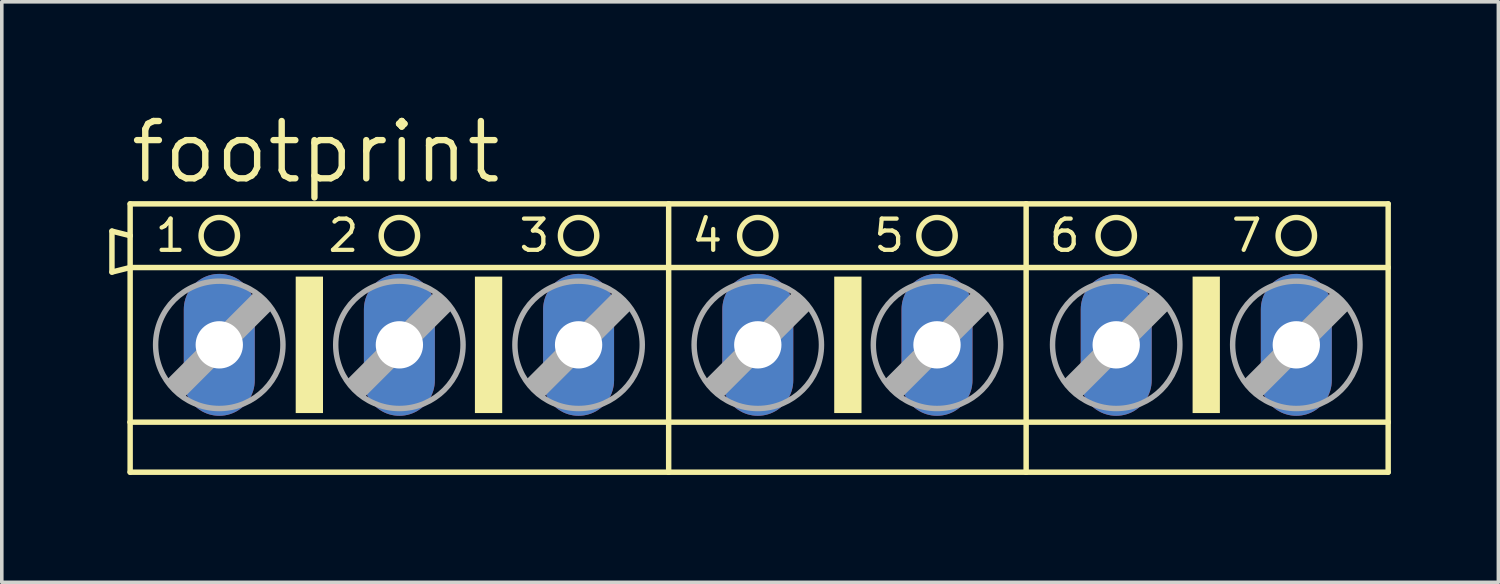
<source format=kicad_pcb>
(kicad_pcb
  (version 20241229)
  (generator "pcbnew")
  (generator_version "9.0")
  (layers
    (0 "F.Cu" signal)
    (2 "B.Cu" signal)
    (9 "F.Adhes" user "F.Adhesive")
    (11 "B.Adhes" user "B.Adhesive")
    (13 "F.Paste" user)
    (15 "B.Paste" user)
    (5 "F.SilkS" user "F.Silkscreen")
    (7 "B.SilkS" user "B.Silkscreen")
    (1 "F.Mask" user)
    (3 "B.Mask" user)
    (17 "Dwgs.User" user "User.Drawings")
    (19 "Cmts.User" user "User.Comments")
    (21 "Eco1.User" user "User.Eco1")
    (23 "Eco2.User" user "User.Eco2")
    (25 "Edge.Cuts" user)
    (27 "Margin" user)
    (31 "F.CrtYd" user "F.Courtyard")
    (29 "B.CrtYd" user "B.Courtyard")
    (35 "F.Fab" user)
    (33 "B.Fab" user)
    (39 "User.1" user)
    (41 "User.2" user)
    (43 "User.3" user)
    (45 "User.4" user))
  (footprint "footprint"
    (layer "F.Cu")
    (at 18.11 6.579)
    (property "Reference" "footprint" (at -17.602 -4.445 0) (layer "F.SilkS") (effects (font (size 1.6 1.6) (thickness 0.178)) (justify left bottom)))
    (fp_line (start -18.034 -3.175) (end -18.034 -2.032) (stroke (width 0.152) (type solid)) (layer "F.SilkS"))
    (fp_line (start -18.034 -2.032) (end -17.526 -2.159) (stroke (width 0.152) (type solid)) (layer "F.SilkS"))
    (fp_line (start -17.526 -3.048) (end -18.034 -3.175) (stroke (width 0.152) (type solid)) (layer "F.SilkS"))
    (fp_line (start -17.526 -3.048) (end -17.526 -3.937) (stroke (width 0.152) (type solid)) (layer "F.SilkS"))
    (fp_line (start -17.526 -2.159) (end -17.526 -3.048) (stroke (width 0.152) (type solid)) (layer "F.SilkS"))
    (fp_line (start -17.526 -2.159) (end -2.489 -2.159) (stroke (width 0.152) (type solid)) (layer "F.SilkS"))
    (fp_line (start -17.526 2.159) (end -17.526 -2.159) (stroke (width 0.152) (type solid)) (layer "F.SilkS"))
    (fp_line (start -17.526 2.159) (end -2.489 2.159) (stroke (width 0.152) (type solid)) (layer "F.SilkS"))
    (fp_line (start -17.526 3.556) (end -17.526 2.159) (stroke (width 0.152) (type solid)) (layer "F.SilkS"))
    (fp_line (start -17.526 3.556) (end -2.489 3.556) (stroke (width 0.152) (type solid)) (layer "F.SilkS"))
    (fp_line (start -2.489 -3.937) (end -17.526 -3.937) (stroke (width 0.152) (type solid)) (layer "F.SilkS"))
    (fp_line (start -2.489 -2.159) (end -2.489 -3.937) (stroke (width 0.152) (type solid)) (layer "F.SilkS"))
    (fp_line (start -2.489 -2.159) (end 7.493 -2.159) (stroke (width 0.152) (type solid)) (layer "F.SilkS"))
    (fp_line (start -2.489 2.159) (end -2.489 -2.159) (stroke (width 0.152) (type solid)) (layer "F.SilkS"))
    (fp_line (start -2.489 2.159) (end 7.493 2.159) (stroke (width 0.152) (type solid)) (layer "F.SilkS"))
    (fp_line (start -2.489 3.556) (end -2.489 2.159) (stroke (width 0.152) (type solid)) (layer "F.SilkS"))
    (fp_line (start -2.489 3.556) (end 7.493 3.556) (stroke (width 0.152) (type solid)) (layer "F.SilkS"))
    (fp_line (start 7.493 -3.937) (end -2.489 -3.937) (stroke (width 0.152) (type solid)) (layer "F.SilkS"))
    (fp_line (start 7.493 -2.159) (end 7.493 -3.937) (stroke (width 0.152) (type solid)) (layer "F.SilkS"))
    (fp_line (start 7.493 -2.159) (end 17.602 -2.159) (stroke (width 0.152) (type solid)) (layer "F.SilkS"))
    (fp_line (start 7.493 2.159) (end 7.493 -2.159) (stroke (width 0.152) (type solid)) (layer "F.SilkS"))
    (fp_line (start 7.493 2.159) (end 17.602 2.159) (stroke (width 0.152) (type solid)) (layer "F.SilkS"))
    (fp_line (start 7.493 3.556) (end 7.493 2.159) (stroke (width 0.152) (type solid)) (layer "F.SilkS"))
    (fp_line (start 7.493 3.556) (end 17.602 3.556) (stroke (width 0.152) (type solid)) (layer "F.SilkS"))
    (fp_line (start 17.602 -3.937) (end 7.493 -3.937) (stroke (width 0.152) (type solid)) (layer "F.SilkS"))
    (fp_line (start 17.602 -3.937) (end 17.602 -2.159) (stroke (width 0.152) (type solid)) (layer "F.SilkS"))
    (fp_line (start 17.602 -2.159) (end 17.602 2.159) (stroke (width 0.152) (type solid)) (layer "F.SilkS"))
    (fp_line (start 17.602 2.159) (end 17.602 3.556) (stroke (width 0.152) (type solid)) (layer "F.SilkS"))
    (fp_circle (center -15.037 -3.048) (end -14.529 -3.048) (stroke (width 0.152) (type solid)) (fill no) (layer "F.SilkS"))
    (fp_circle (center -10.008 -3.048) (end -9.5 -3.048) (stroke (width 0.152) (type solid)) (fill no) (layer "F.SilkS"))
    (fp_circle (center -5.004 -3.048) (end -4.496 -3.048) (stroke (width 0.152) (type solid)) (fill no) (layer "F.SilkS"))
    (fp_circle (center 0 -3.048) (end 0.508 -3.048) (stroke (width 0.152) (type solid)) (fill no) (layer "F.SilkS"))
    (fp_circle (center 5.004 -3.048) (end 5.512 -3.048) (stroke (width 0.152) (type solid)) (fill no) (layer "F.SilkS"))
    (fp_circle (center 10.008 -3.048) (end 10.516 -3.048) (stroke (width 0.152) (type solid)) (fill no) (layer "F.SilkS"))
    (fp_circle (center 15.037 -3.048) (end 15.545 -3.048) (stroke (width 0.152) (type solid)) (fill no) (layer "F.SilkS"))
    (fp_poly (pts (xy -12.903 1.905) (xy -12.141 1.905) (xy -12.141 -1.905) (xy -12.903 -1.905)) (stroke (width 0) (type solid)) (fill yes) (layer "F.SilkS"))
    (fp_poly (pts (xy -7.899 1.905) (xy -7.137 1.905) (xy -7.137 -1.905) (xy -7.899 -1.905)) (stroke (width 0) (type solid)) (fill yes) (layer "F.SilkS"))
    (fp_poly (pts (xy 2.134 1.905) (xy 2.896 1.905) (xy 2.896 -1.905) (xy 2.134 -1.905)) (stroke (width 0) (type solid)) (fill yes) (layer "F.SilkS"))
    (fp_poly (pts (xy 12.141 1.905) (xy 12.903 1.905) (xy 12.903 -1.905) (xy 12.141 -1.905)) (stroke (width 0) (type solid)) (fill yes) (layer "F.SilkS"))
    (fp_line (start -16.434 1.016) (end -16.053 1.397) (stroke (width 0.152) (type solid)) (layer "F.Fab"))
    (fp_line (start -16.434 1.016) (end -14.021 -1.397) (stroke (width 0.152) (type solid)) (layer "F.Fab"))
    (fp_line (start -16.053 1.016) (end -14.021 -1.016) (stroke (width 0.61) (type solid)) (layer "F.Fab"))
    (fp_line (start -16.053 1.397) (end -13.64 -1.016) (stroke (width 0.152) (type solid)) (layer "F.Fab"))
    (fp_line (start -14.021 -1.397) (end -13.64 -1.016) (stroke (width 0.152) (type solid)) (layer "F.Fab"))
    (fp_line (start -11.405 1.016) (end -11.024 1.397) (stroke (width 0.152) (type solid)) (layer "F.Fab"))
    (fp_line (start -11.405 1.016) (end -8.992 -1.397) (stroke (width 0.152) (type solid)) (layer "F.Fab"))
    (fp_line (start -11.024 1.016) (end -8.992 -1.016) (stroke (width 0.61) (type solid)) (layer "F.Fab"))
    (fp_line (start -11.024 1.397) (end -8.611 -1.016) (stroke (width 0.152) (type solid)) (layer "F.Fab"))
    (fp_line (start -8.992 -1.397) (end -8.611 -1.016) (stroke (width 0.152) (type solid)) (layer "F.Fab"))
    (fp_line (start -6.401 1.016) (end -6.02 1.397) (stroke (width 0.152) (type solid)) (layer "F.Fab"))
    (fp_line (start -6.401 1.016) (end -3.988 -1.397) (stroke (width 0.152) (type solid)) (layer "F.Fab"))
    (fp_line (start -6.02 1.016) (end -3.988 -1.016) (stroke (width 0.61) (type solid)) (layer "F.Fab"))
    (fp_line (start -6.02 1.397) (end -3.607 -1.016) (stroke (width 0.152) (type solid)) (layer "F.Fab"))
    (fp_line (start -3.988 -1.397) (end -3.607 -1.016) (stroke (width 0.152) (type solid)) (layer "F.Fab"))
    (fp_line (start -1.397 1.016) (end -1.016 1.397) (stroke (width 0.152) (type solid)) (layer "F.Fab"))
    (fp_line (start -1.397 1.016) (end 1.016 -1.397) (stroke (width 0.152) (type solid)) (layer "F.Fab"))
    (fp_line (start -1.016 1.016) (end 1.016 -1.016) (stroke (width 0.61) (type solid)) (layer "F.Fab"))
    (fp_line (start -1.016 1.397) (end 1.397 -1.016) (stroke (width 0.152) (type solid)) (layer "F.Fab"))
    (fp_line (start 1.016 -1.397) (end 1.397 -1.016) (stroke (width 0.152) (type solid)) (layer "F.Fab"))
    (fp_line (start 3.607 1.016) (end 3.988 1.397) (stroke (width 0.152) (type solid)) (layer "F.Fab"))
    (fp_line (start 3.607 1.016) (end 6.02 -1.397) (stroke (width 0.152) (type solid)) (layer "F.Fab"))
    (fp_line (start 3.988 1.016) (end 6.02 -1.016) (stroke (width 0.61) (type solid)) (layer "F.Fab"))
    (fp_line (start 3.988 1.397) (end 6.401 -1.016) (stroke (width 0.152) (type solid)) (layer "F.Fab"))
    (fp_line (start 6.02 -1.397) (end 6.401 -1.016) (stroke (width 0.152) (type solid)) (layer "F.Fab"))
    (fp_line (start 8.611 1.016) (end 8.992 1.397) (stroke (width 0.152) (type solid)) (layer "F.Fab"))
    (fp_line (start 8.611 1.016) (end 11.024 -1.397) (stroke (width 0.152) (type solid)) (layer "F.Fab"))
    (fp_line (start 8.992 1.016) (end 11.024 -1.016) (stroke (width 0.61) (type solid)) (layer "F.Fab"))
    (fp_line (start 8.992 1.397) (end 11.405 -1.016) (stroke (width 0.152) (type solid)) (layer "F.Fab"))
    (fp_line (start 11.024 -1.397) (end 11.405 -1.016) (stroke (width 0.152) (type solid)) (layer "F.Fab"))
    (fp_line (start 13.64 1.016) (end 14.021 1.397) (stroke (width 0.152) (type solid)) (layer "F.Fab"))
    (fp_line (start 13.64 1.016) (end 16.053 -1.397) (stroke (width 0.152) (type solid)) (layer "F.Fab"))
    (fp_line (start 14.021 1.016) (end 16.053 -1.016) (stroke (width 0.61) (type solid)) (layer "F.Fab"))
    (fp_line (start 14.021 1.397) (end 16.434 -1.016) (stroke (width 0.152) (type solid)) (layer "F.Fab"))
    (fp_line (start 16.053 -1.397) (end 16.434 -1.016) (stroke (width 0.152) (type solid)) (layer "F.Fab"))
    (fp_circle (center -15.037 0) (end -13.259 0) (stroke (width 0.152) (type solid)) (fill no) (layer "F.Fab"))
    (fp_circle (center -10.008 0) (end -8.23 0) (stroke (width 0.152) (type solid)) (fill no) (layer "F.Fab"))
    (fp_circle (center -5.004 0) (end -3.226 0) (stroke (width 0.152) (type solid)) (fill no) (layer "F.Fab"))
    (fp_circle (center 0 0) (end 1.778 0) (stroke (width 0.152) (type solid)) (fill no) (layer "F.Fab"))
    (fp_circle (center 5.004 0) (end 6.782 0) (stroke (width 0.152) (type solid)) (fill no) (layer "F.Fab"))
    (fp_circle (center 10.008 0) (end 11.786 0) (stroke (width 0.152) (type solid)) (fill no) (layer "F.Fab"))
    (fp_circle (center 15.037 0) (end 16.815 0) (stroke (width 0.152) (type solid)) (fill no) (layer "F.Fab"))
    (fp_text user "3" (at -6.731 -2.54 0) (layer "F.SilkS") (effects (font (size 0.872 0.872) (thickness 0.119)) (justify left bottom)))
    (fp_text user "2" (at -12.065 -2.54 0) (layer "F.SilkS") (effects (font (size 0.872 0.872) (thickness 0.119)) (justify left bottom)))
    (fp_text user "5" (at 3.175 -2.54 0) (layer "F.SilkS") (effects (font (size 0.872 0.872) (thickness 0.119)) (justify left bottom)))
    (fp_text user "1" (at -16.891 -2.54 0) (layer "F.SilkS") (effects (font (size 0.872 0.872) (thickness 0.119)) (justify left bottom)))
    (fp_text user "6" (at 8.077 -2.54 0) (layer "F.SilkS") (effects (font (size 0.872 0.872) (thickness 0.119)) (justify left bottom)))
    (fp_text user "7" (at 13.157 -2.54 0) (layer "F.SilkS") (effects (font (size 0.872 0.872) (thickness 0.119)) (justify left bottom)))
    (fp_text user "4" (at -1.905 -2.54 0) (layer "F.SilkS") (effects (font (size 0.872 0.872) (thickness 0.119)) (justify left bottom)))
    (pad "1" thru_hole oval (at -15.037 0 90) (size 3.962 1.981) (drill 1.321) (layers "*.Cu" "*.Mask"))
    (pad "2" thru_hole oval (at -10.008 0 90) (size 3.962 1.981) (drill 1.321) (layers "*.Cu" "*.Mask"))
    (pad "3" thru_hole oval (at -5.004 0 90) (size 3.962 1.981) (drill 1.321) (layers "*.Cu" "*.Mask"))
    (pad "4" thru_hole oval (at 0 0 90) (size 3.962 1.981) (drill 1.321) (layers "*.Cu" "*.Mask"))
    (pad "5" thru_hole oval (at 5.004 0 90) (size 3.962 1.981) (drill 1.321) (layers "*.Cu" "*.Mask"))
    (pad "6" thru_hole oval (at 10.008 0 90) (size 3.962 1.981) (drill 1.321) (layers "*.Cu" "*.Mask"))
    (pad "7" thru_hole oval (at 15.037 0 90) (size 3.962 1.981) (drill 1.321) (layers "*.Cu" "*.Mask")))
  (gr_rect
    (start -3 -3)
    (end 38.789 13.211)
    (stroke (width 0.1) (type default))
    (fill no)
    (layer "Edge.Cuts")))
</source>
